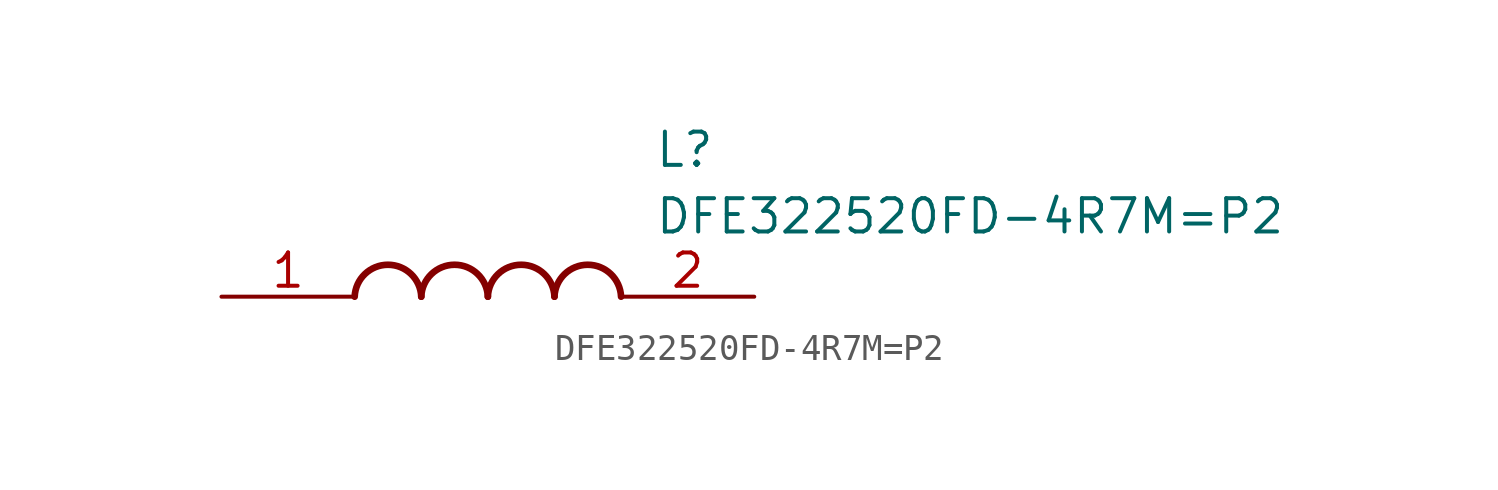
<source format=kicad_sym>
(kicad_symbol_lib
  (version 20211014)
  (generator SamacSys_ECAD_Model)
  (symbol "DFE322520FD-4R7M=P2"
    (pin_names hide)
    (property "Reference" "L"
      (at 16.51 6.35 0)
      (effects (font (size 1.27 1.27)) (justify left top)))
    (property "Value" "DFE322520FD-4R7M=P2"
      (at 16.51 3.81 0)
      (effects (font (size 1.27 1.27)) (justify left top)))
    (arc
      (start 7.62 0)
      (mid 6.35 1.219)
      (end 5.08 0)
      (stroke (width 0.254) (type default))
      (fill (type none)))
    (arc
      (start 10.16 0)
      (mid 8.89 1.219)
      (end 7.62 0)
      (stroke (width 0.254) (type default))
      (fill (type none)))
    (arc
      (start 12.7 0)
      (mid 11.43 1.219)
      (end 10.16 0)
      (stroke (width 0.254) (type default))
      (fill (type none)))
    (arc
      (start 15.24 0)
      (mid 13.97 1.219)
      (end 12.7 0)
      (stroke (width 0.254) (type default))
      (fill (type none)))
    (pin passive line
      (at 0 0 0)
      (length 5.08)
      (name "1" (effects (font (size 1.27 1.27))))
      (number "1" (effects (font (size 1.27 1.27)))))
    (pin passive line
      (at 20.32 0 180)
      (length 5.08)
      (name "2" (effects (font (size 1.27 1.27))))
      (number "2" (effects (font (size 1.27 1.27)))))))
</source>
